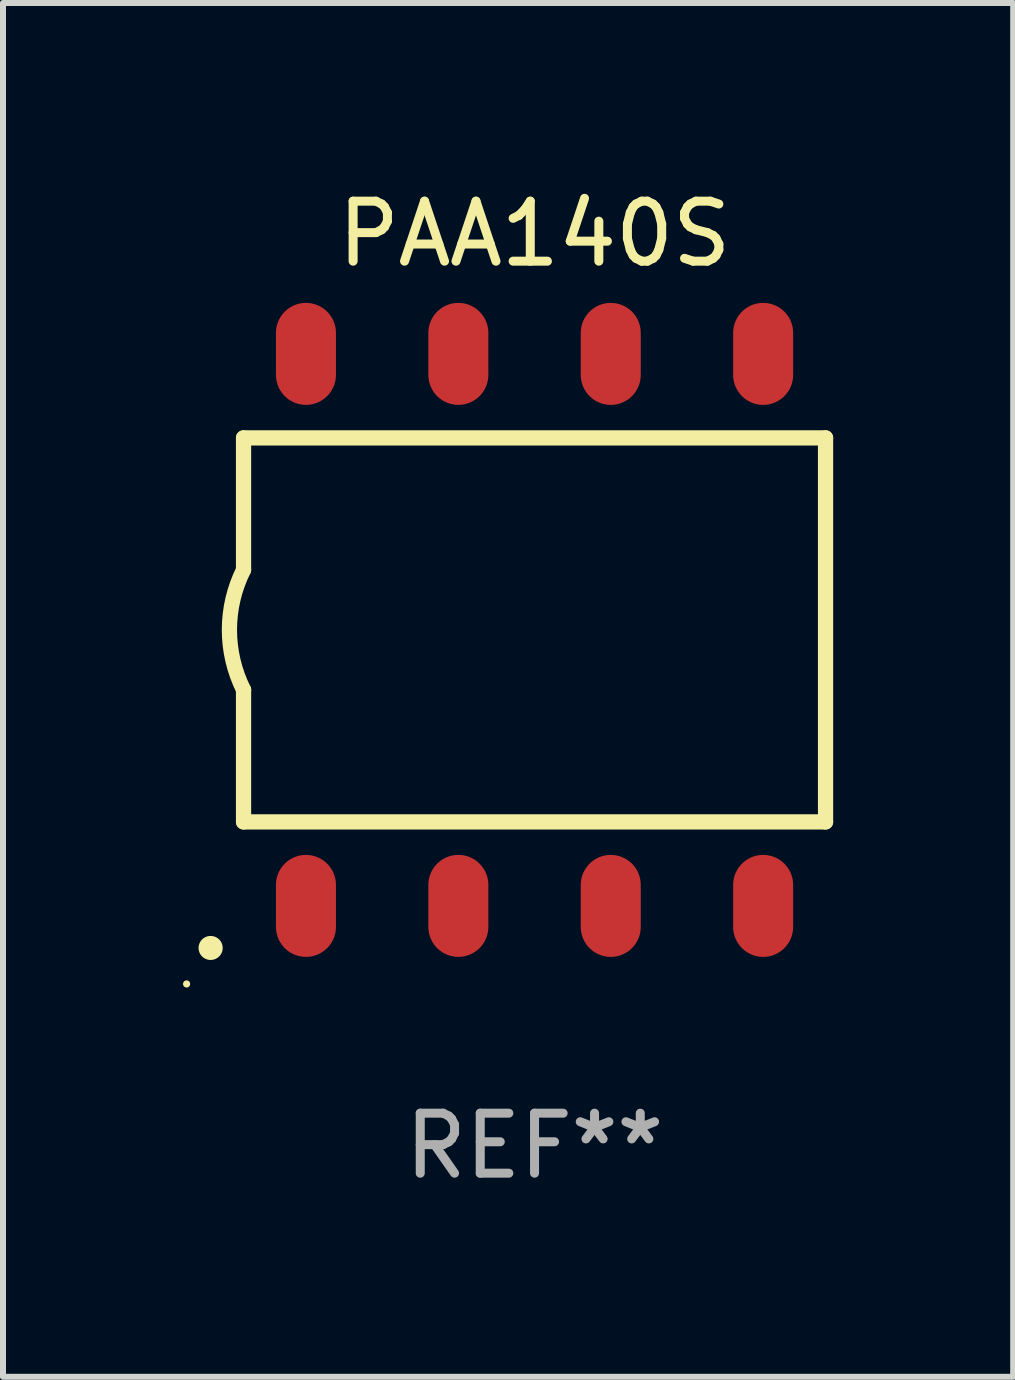
<source format=kicad_pcb>
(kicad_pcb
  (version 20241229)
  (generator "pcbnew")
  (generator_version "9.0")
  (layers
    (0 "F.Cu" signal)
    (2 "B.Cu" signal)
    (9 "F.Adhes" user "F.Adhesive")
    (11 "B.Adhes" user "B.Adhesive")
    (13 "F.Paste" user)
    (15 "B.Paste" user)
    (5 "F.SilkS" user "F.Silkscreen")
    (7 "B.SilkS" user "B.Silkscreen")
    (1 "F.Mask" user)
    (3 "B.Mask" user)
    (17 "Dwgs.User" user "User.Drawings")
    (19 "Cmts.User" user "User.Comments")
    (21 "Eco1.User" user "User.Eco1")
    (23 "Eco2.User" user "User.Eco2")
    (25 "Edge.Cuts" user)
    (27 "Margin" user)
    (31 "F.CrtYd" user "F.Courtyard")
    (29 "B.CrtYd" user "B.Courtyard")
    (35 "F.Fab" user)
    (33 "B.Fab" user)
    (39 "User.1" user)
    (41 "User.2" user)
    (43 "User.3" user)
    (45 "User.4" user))
  (footprint "PAA140S"
    (layer "F.Cu")
    (at 5.859 7.448)
    (property "Reference" "PAA140S" (at 0 -6.6 0) (layer "F.SilkS") (effects (font (size 1 1) (thickness 0.15))))
    (attr through_hole)
    (fp_line (start -4.85 -3.2) (end -4.85 -1) (stroke (width 0.254) (type solid)) (layer "F.SilkS"))
    (fp_line (start -4.85 -3.2) (end 4.85 -3.2) (stroke (width 0.254) (type solid)) (layer "F.SilkS"))
    (fp_line (start -4.85 3.2) (end -4.85 1) (stroke (width 0.254) (type solid)) (layer "F.SilkS"))
    (fp_line (start 4.85 -3.2) (end 4.85 3.2) (stroke (width 0.254) (type solid)) (layer "F.SilkS"))
    (fp_line (start 4.85 3.2) (end -4.85 3.2) (stroke (width 0.254) (type solid)) (layer "F.SilkS"))
    (fp_arc (start -5.400051 5.300991) (mid -5.398781 5.300987) (end -5.397511 5.300991) (stroke (width 0.4) (type solid)) (layer "F.SilkS"))
    (fp_arc (start -4.84887 1.000762) (mid -5.085418 0.000516) (end -4.850013 -1) (stroke (width 0.254001) (type solid)) (layer "F.SilkS"))
    (fp_circle (center -5.799 5.901) (end -5.769 5.901) (stroke (width 0.06) (type solid)) (fill no) (layer "F.SilkS"))
    (fp_text user "REF**" (at 0 8.6 0) (layer "F.Fab") (effects (font (size 1 1) (thickness 0.15))))
    (pad "1" smd oval (at -3.81 4.6) (size 1 1.7) (layers "F.Cu" "F.Mask" "F.Paste"))
    (pad "2" smd oval (at -1.27 4.6) (size 1 1.7) (layers "F.Cu" "F.Mask" "F.Paste"))
    (pad "3" smd oval (at 1.27 4.6) (size 1 1.7) (layers "F.Cu" "F.Mask" "F.Paste"))
    (pad "4" smd oval (at 3.81 4.6) (size 1 1.7) (layers "F.Cu" "F.Mask" "F.Paste"))
    (pad "5" smd oval (at 3.81 -4.6 180) (size 1 1.7) (layers "F.Cu" "F.Mask" "F.Paste"))
    (pad "6" smd oval (at 1.27 -4.6 180) (size 1 1.7) (layers "F.Cu" "F.Mask" "F.Paste"))
    (pad "7" smd oval (at -1.27 -4.6 180) (size 1 1.7) (layers "F.Cu" "F.Mask" "F.Paste"))
    (pad "8" smd oval (at -3.81 -4.6 180) (size 1 1.7) (layers "F.Cu" "F.Mask" "F.Paste")))
  (gr_rect
    (start -3 -3)
    (end 13.836 19.896)
    (stroke (width 0.1) (type default))
    (fill no)
    (layer "Edge.Cuts")))
</source>
